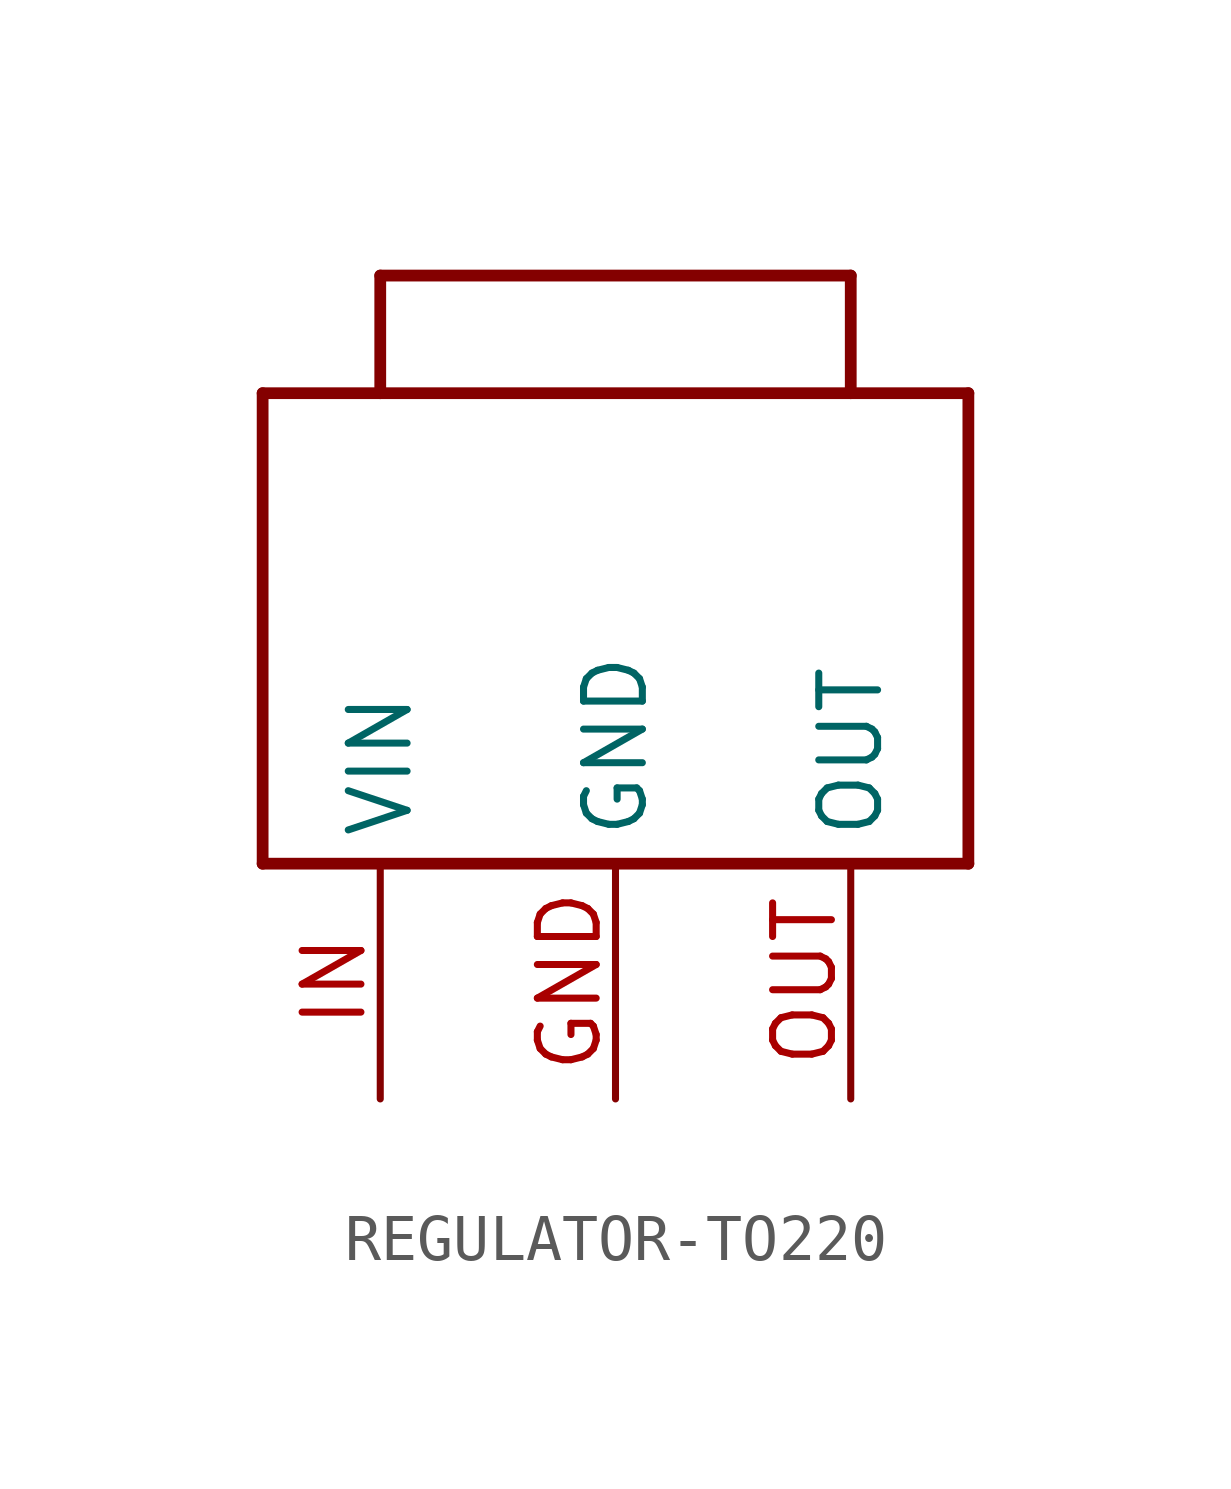
<source format=kicad_sym>
(kicad_symbol_lib
  (version 20220914)
  (generator kicad_symbol_editor)
  (symbol "REGULATOR-TO220"
    (property "Reference" ""
      (at 0 0 0)
      (effects (font (size 1.27 1.27)) hide))
    (property "ki_locked" ""
      (at 0 0 0)
      (effects (font (size 1.27 1.27))))
    (symbol "REGULATOR-TO220_1_0"
      (polyline (pts (xy -7.62 -5.08) (xy 7.62 -5.08)) (stroke (width 0.254) (type solid)) (fill (type none)))
      (polyline (pts (xy -7.62 5.08) (xy -7.62 -5.08)) (stroke (width 0.254) (type solid)) (fill (type none)))
      (polyline (pts (xy -5.08 5.08) (xy -7.62 5.08)) (stroke (width 0.254) (type solid)) (fill (type none)))
      (polyline (pts (xy -5.08 5.08) (xy -5.08 7.62)) (stroke (width 0.254) (type solid)) (fill (type none)))
      (polyline (pts (xy -5.08 7.62) (xy 5.08 7.62)) (stroke (width 0.254) (type solid)) (fill (type none)))
      (polyline (pts (xy 5.08 5.08) (xy -5.08 5.08)) (stroke (width 0.254) (type solid)) (fill (type none)))
      (polyline (pts (xy 5.08 7.62) (xy 5.08 5.08)) (stroke (width 0.254) (type solid)) (fill (type none)))
      (polyline (pts (xy 7.62 -5.08) (xy 7.62 5.08)) (stroke (width 0.254) (type solid)) (fill (type none)))
      (polyline (pts (xy 7.62 5.08) (xy 5.08 5.08)) (stroke (width 0.254) (type solid)) (fill (type none)))
      (pin bidirectional line (at 0 -10.16 90) (length 5.08) (name "GND" (effects (font (size 1.27 1.27)))) (number "GND" (effects (font (size 1.27 1.27)))))
      (pin bidirectional line (at -5.08 -10.16 90) (length 5.08) (name "VIN" (effects (font (size 1.27 1.27)))) (number "IN" (effects (font (size 1.27 1.27)))))
      (pin bidirectional line (at 5.08 -10.16 90) (length 5.08) (name "OUT" (effects (font (size 1.27 1.27)))) (number "OUT" (effects (font (size 1.27 1.27))))))))
</source>
